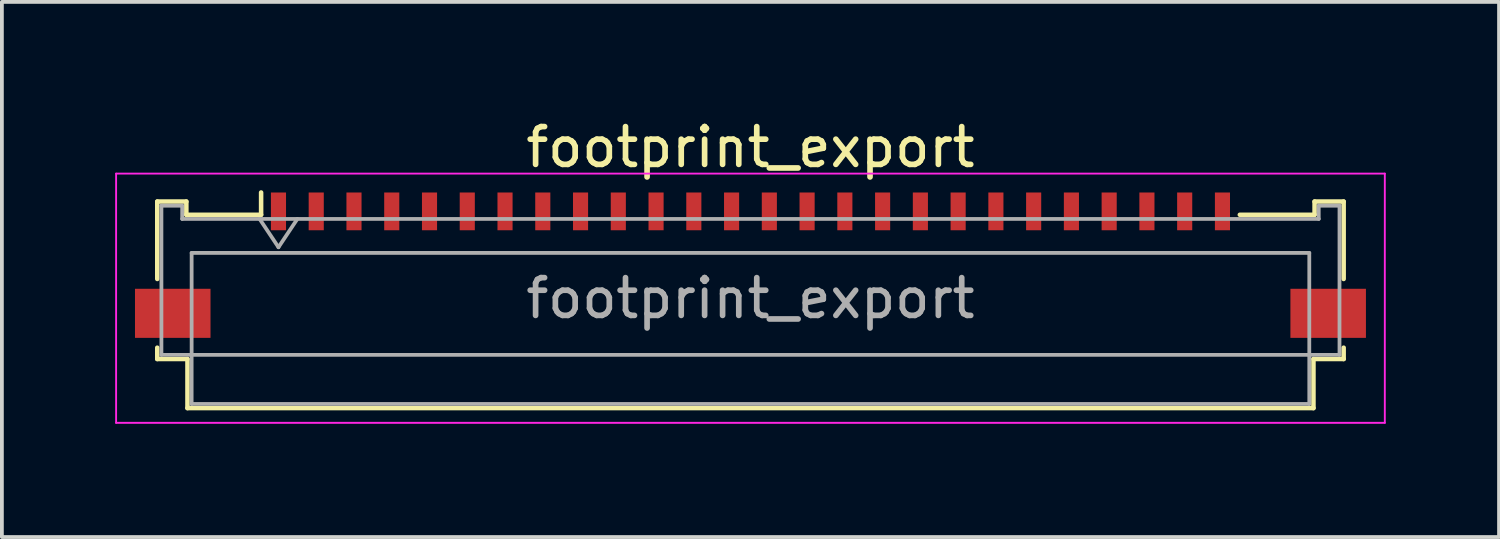
<source format=kicad_pcb>
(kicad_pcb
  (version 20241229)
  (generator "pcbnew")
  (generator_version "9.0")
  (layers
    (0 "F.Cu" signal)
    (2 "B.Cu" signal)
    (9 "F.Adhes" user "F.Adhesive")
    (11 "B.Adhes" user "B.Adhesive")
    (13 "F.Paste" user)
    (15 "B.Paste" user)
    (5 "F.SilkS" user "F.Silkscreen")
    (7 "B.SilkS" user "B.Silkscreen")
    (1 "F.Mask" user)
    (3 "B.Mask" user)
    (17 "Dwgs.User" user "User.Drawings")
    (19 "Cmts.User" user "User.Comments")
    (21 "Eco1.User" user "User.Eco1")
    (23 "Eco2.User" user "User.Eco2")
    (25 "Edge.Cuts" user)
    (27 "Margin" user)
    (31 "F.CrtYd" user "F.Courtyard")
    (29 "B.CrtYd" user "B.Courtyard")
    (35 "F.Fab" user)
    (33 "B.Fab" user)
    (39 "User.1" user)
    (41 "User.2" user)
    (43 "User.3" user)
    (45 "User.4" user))
  (footprint "footprint_export"
    (layer "F.Cu")
    (at 16.825 3.458)
    (property "Reference" "footprint_export" (at 0 -2.61 0) (layer "F.SilkS") (effects (font (size 1 1) (thickness 0.15))))
    (attr smd)
    (fp_line (start -15.71 -1.17) (end -15.71 0.88) (stroke (width 0.12) (type solid)) (layer "F.SilkS"))
    (fp_line (start -15.71 2.7) (end -15.71 3) (stroke (width 0.12) (type solid)) (layer "F.SilkS"))
    (fp_line (start -15.71 3) (end -14.91 3) (stroke (width 0.12) (type solid)) (layer "F.SilkS"))
    (fp_line (start -14.94 -1.17) (end -15.71 -1.17) (stroke (width 0.12) (type solid)) (layer "F.SilkS"))
    (fp_line (start -14.94 -0.82) (end -14.94 -1.17) (stroke (width 0.12) (type solid)) (layer "F.SilkS"))
    (fp_line (start -14.91 3) (end -14.91 4.3) (stroke (width 0.12) (type solid)) (layer "F.SilkS"))
    (fp_line (start -14.91 4.3) (end 14.91 4.3) (stroke (width 0.12) (type solid)) (layer "F.SilkS"))
    (fp_line (start -12.96 -1.41) (end -12.96 -0.82) (stroke (width 0.12) (type solid)) (layer "F.SilkS"))
    (fp_line (start -12.96 -0.82) (end -14.94 -0.82) (stroke (width 0.12) (type solid)) (layer "F.SilkS"))
    (fp_line (start 14.91 3) (end 15.71 3) (stroke (width 0.12) (type solid)) (layer "F.SilkS"))
    (fp_line (start 14.91 4.3) (end 14.91 3) (stroke (width 0.12) (type solid)) (layer "F.SilkS"))
    (fp_line (start 14.94 -1.17) (end 14.94 -0.82) (stroke (width 0.12) (type solid)) (layer "F.SilkS"))
    (fp_line (start 14.94 -0.82) (end 12.96 -0.82) (stroke (width 0.12) (type solid)) (layer "F.SilkS"))
    (fp_line (start 15.71 -1.17) (end 14.94 -1.17) (stroke (width 0.12) (type solid)) (layer "F.SilkS"))
    (fp_line (start 15.71 0.88) (end 15.71 -1.17) (stroke (width 0.12) (type solid)) (layer "F.SilkS"))
    (fp_line (start 15.71 3) (end 15.71 2.7) (stroke (width 0.12) (type solid)) (layer "F.SilkS"))
    (fp_line (start -16.8 -1.91) (end -16.8 4.69) (stroke (width 0.05) (type solid)) (layer "F.CrtYd"))
    (fp_line (start -16.8 4.69) (end 16.8 4.69) (stroke (width 0.05) (type solid)) (layer "F.CrtYd"))
    (fp_line (start 16.8 -1.91) (end -16.8 -1.91) (stroke (width 0.05) (type solid)) (layer "F.CrtYd"))
    (fp_line (start 16.8 4.69) (end 16.8 -1.91) (stroke (width 0.05) (type solid)) (layer "F.CrtYd"))
    (fp_line (start -15.6 -1.06) (end -15.6 2.89) (stroke (width 0.1) (type solid)) (layer "F.Fab"))
    (fp_line (start -15.6 2.89) (end 15.6 2.89) (stroke (width 0.1) (type solid)) (layer "F.Fab"))
    (fp_line (start -15.05 -1.06) (end -15.6 -1.06) (stroke (width 0.1) (type solid)) (layer "F.Fab"))
    (fp_line (start -15.05 -0.71) (end -15.05 -1.06) (stroke (width 0.1) (type solid)) (layer "F.Fab"))
    (fp_line (start -14.8 0.19) (end -14.8 4.19) (stroke (width 0.1) (type solid)) (layer "F.Fab"))
    (fp_line (start -14.8 4.19) (end 14.8 4.19) (stroke (width 0.1) (type solid)) (layer "F.Fab"))
    (fp_line (start -13 -0.71) (end -12.5 0.04) (stroke (width 0.1) (type solid)) (layer "F.Fab"))
    (fp_line (start -12.5 0.04) (end -12 -0.71) (stroke (width 0.1) (type solid)) (layer "F.Fab"))
    (fp_line (start 14.8 0.19) (end -14.8 0.19) (stroke (width 0.1) (type solid)) (layer "F.Fab"))
    (fp_line (start 14.8 4.19) (end 14.8 0.19) (stroke (width 0.1) (type solid)) (layer "F.Fab"))
    (fp_line (start 15.05 -1.06) (end 15.05 -0.71) (stroke (width 0.1) (type solid)) (layer "F.Fab"))
    (fp_line (start 15.05 -0.71) (end -15.05 -0.71) (stroke (width 0.1) (type solid)) (layer "F.Fab"))
    (fp_line (start 15.6 -1.06) (end 15.05 -1.06) (stroke (width 0.1) (type solid)) (layer "F.Fab"))
    (fp_line (start 15.6 2.89) (end 15.6 -1.06) (stroke (width 0.1) (type solid)) (layer "F.Fab"))
    (fp_text user "${REFERENCE}" (at 0 1.39 0) (layer "F.Fab") (effects (font (size 1 1) (thickness 0.15))))
    (pad "1" smd rect (at -12.5 -0.91) (size 0.4 1) (layers "F.Cu" "F.Mask" "F.Paste"))
    (pad "2" smd rect (at -11.5 -0.91) (size 0.4 1) (layers "F.Cu" "F.Mask" "F.Paste"))
    (pad "3" smd rect (at -10.5 -0.91) (size 0.4 1) (layers "F.Cu" "F.Mask" "F.Paste"))
    (pad "4" smd rect (at -9.5 -0.91) (size 0.4 1) (layers "F.Cu" "F.Mask" "F.Paste"))
    (pad "5" smd rect (at -8.5 -0.91) (size 0.4 1) (layers "F.Cu" "F.Mask" "F.Paste"))
    (pad "6" smd rect (at -7.5 -0.91) (size 0.4 1) (layers "F.Cu" "F.Mask" "F.Paste"))
    (pad "7" smd rect (at -6.5 -0.91) (size 0.4 1) (layers "F.Cu" "F.Mask" "F.Paste"))
    (pad "8" smd rect (at -5.5 -0.91) (size 0.4 1) (layers "F.Cu" "F.Mask" "F.Paste"))
    (pad "9" smd rect (at -4.5 -0.91) (size 0.4 1) (layers "F.Cu" "F.Mask" "F.Paste"))
    (pad "10" smd rect (at -3.5 -0.91) (size 0.4 1) (layers "F.Cu" "F.Mask" "F.Paste"))
    (pad "11" smd rect (at -2.5 -0.91) (size 0.4 1) (layers "F.Cu" "F.Mask" "F.Paste"))
    (pad "12" smd rect (at -1.5 -0.91) (size 0.4 1) (layers "F.Cu" "F.Mask" "F.Paste"))
    (pad "13" smd rect (at -0.5 -0.91) (size 0.4 1) (layers "F.Cu" "F.Mask" "F.Paste"))
    (pad "14" smd rect (at 0.5 -0.91) (size 0.4 1) (layers "F.Cu" "F.Mask" "F.Paste"))
    (pad "15" smd rect (at 1.5 -0.91) (size 0.4 1) (layers "F.Cu" "F.Mask" "F.Paste"))
    (pad "16" smd rect (at 2.5 -0.91) (size 0.4 1) (layers "F.Cu" "F.Mask" "F.Paste"))
    (pad "17" smd rect (at 3.5 -0.91) (size 0.4 1) (layers "F.Cu" "F.Mask" "F.Paste"))
    (pad "18" smd rect (at 4.5 -0.91) (size 0.4 1) (layers "F.Cu" "F.Mask" "F.Paste"))
    (pad "19" smd rect (at 5.5 -0.91) (size 0.4 1) (layers "F.Cu" "F.Mask" "F.Paste"))
    (pad "20" smd rect (at 6.5 -0.91) (size 0.4 1) (layers "F.Cu" "F.Mask" "F.Paste"))
    (pad "21" smd rect (at 7.5 -0.91) (size 0.4 1) (layers "F.Cu" "F.Mask" "F.Paste"))
    (pad "22" smd rect (at 8.5 -0.91) (size 0.4 1) (layers "F.Cu" "F.Mask" "F.Paste"))
    (pad "23" smd rect (at 9.5 -0.91) (size 0.4 1) (layers "F.Cu" "F.Mask" "F.Paste"))
    (pad "24" smd rect (at 10.5 -0.91) (size 0.4 1) (layers "F.Cu" "F.Mask" "F.Paste"))
    (pad "25" smd rect (at 11.5 -0.91) (size 0.4 1) (layers "F.Cu" "F.Mask" "F.Paste"))
    (pad "26" smd rect (at 12.5 -0.91) (size 0.4 1) (layers "F.Cu" "F.Mask" "F.Paste"))
    (pad "MP" smd rect (at -15.3 1.79) (size 2 1.3) (layers "F.Cu" "F.Mask" "F.Paste"))
    (pad "MP" smd rect (at 15.3 1.79) (size 2 1.3) (layers "F.Cu" "F.Mask" "F.Paste")))
  (gr_rect
    (start -3 -3)
    (end 36.65 11.173)
    (stroke (width 0.1) (type default))
    (fill no)
    (layer "Edge.Cuts")))
</source>
